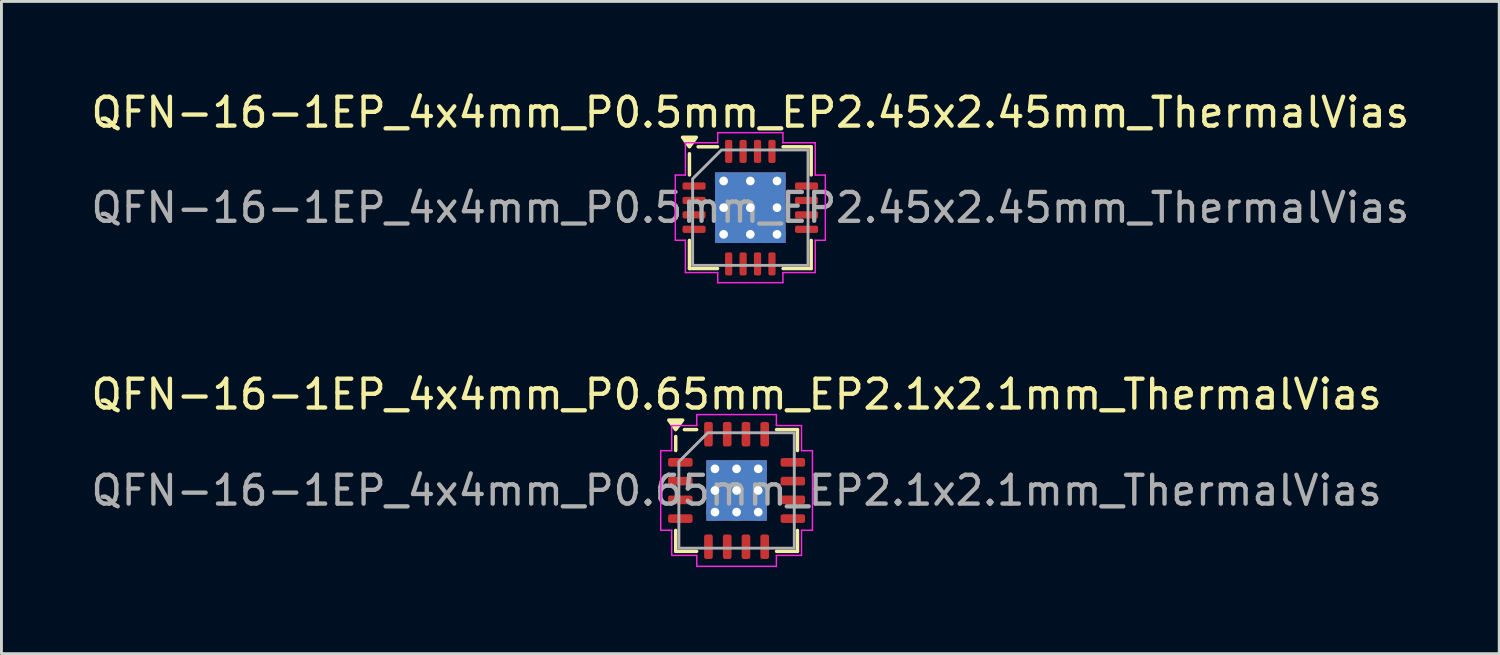
<source format=kicad_pcb>
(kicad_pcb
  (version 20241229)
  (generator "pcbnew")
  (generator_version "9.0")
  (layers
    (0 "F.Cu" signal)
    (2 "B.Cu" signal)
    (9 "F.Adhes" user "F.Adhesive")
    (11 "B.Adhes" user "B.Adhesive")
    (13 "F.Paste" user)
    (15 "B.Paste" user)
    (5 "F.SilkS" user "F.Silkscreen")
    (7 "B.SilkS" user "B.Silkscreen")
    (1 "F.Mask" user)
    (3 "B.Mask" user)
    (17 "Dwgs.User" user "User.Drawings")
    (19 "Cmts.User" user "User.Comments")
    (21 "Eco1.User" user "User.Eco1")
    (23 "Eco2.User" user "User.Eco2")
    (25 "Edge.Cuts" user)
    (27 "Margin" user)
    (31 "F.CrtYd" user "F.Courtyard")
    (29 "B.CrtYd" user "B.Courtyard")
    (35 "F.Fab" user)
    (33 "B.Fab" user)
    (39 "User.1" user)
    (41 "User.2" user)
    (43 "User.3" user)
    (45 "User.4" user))
  (footprint "QFN-16-1EP_4x4mm_P0.5mm_EP2.45x2.45mm_ThermalVias"
    (layer "F.Cu")
    (at 22.958 4.148)
    (property "Reference" "QFN-16-1EP_4x4mm_P0.5mm_EP2.45x2.45mm_ThermalVias" (at 0 -3.3 0) (layer "F.SilkS") (effects (font (size 1 1) (thickness 0.15))))
    (attr smd)
    (fp_line (start -2.11 -1.135) (end -2.11 -1.87) (stroke (width 0.12) (type solid)) (layer "F.SilkS"))
    (fp_line (start -2.11 2.11) (end -2.11 1.135) (stroke (width 0.12) (type solid)) (layer "F.SilkS"))
    (fp_line (start -1.135 -2.11) (end -1.81 -2.11) (stroke (width 0.12) (type solid)) (layer "F.SilkS"))
    (fp_line (start -1.135 2.11) (end -2.11 2.11) (stroke (width 0.12) (type solid)) (layer "F.SilkS"))
    (fp_line (start 1.135 -2.11) (end 2.11 -2.11) (stroke (width 0.12) (type solid)) (layer "F.SilkS"))
    (fp_line (start 1.135 2.11) (end 2.11 2.11) (stroke (width 0.12) (type solid)) (layer "F.SilkS"))
    (fp_line (start 2.11 -2.11) (end 2.11 -1.135) (stroke (width 0.12) (type solid)) (layer "F.SilkS"))
    (fp_line (start 2.11 2.11) (end 2.11 1.135) (stroke (width 0.12) (type solid)) (layer "F.SilkS"))
    (fp_poly (pts (xy -2.11 -2.11) (xy -2.35 -2.44) (xy -1.87 -2.44)) (stroke (width 0.12) (type solid)) (fill yes) (layer "F.SilkS"))
    (fp_line (start -2.6 -1.13) (end -2.25 -1.13) (stroke (width 0.05) (type solid)) (layer "F.CrtYd"))
    (fp_line (start -2.6 1.13) (end -2.6 -1.13) (stroke (width 0.05) (type solid)) (layer "F.CrtYd"))
    (fp_line (start -2.25 -2.25) (end -1.13 -2.25) (stroke (width 0.05) (type solid)) (layer "F.CrtYd"))
    (fp_line (start -2.25 -1.13) (end -2.25 -2.25) (stroke (width 0.05) (type solid)) (layer "F.CrtYd"))
    (fp_line (start -2.25 1.13) (end -2.6 1.13) (stroke (width 0.05) (type solid)) (layer "F.CrtYd"))
    (fp_line (start -2.25 2.25) (end -2.25 1.13) (stroke (width 0.05) (type solid)) (layer "F.CrtYd"))
    (fp_line (start -1.13 -2.6) (end 1.13 -2.6) (stroke (width 0.05) (type solid)) (layer "F.CrtYd"))
    (fp_line (start -1.13 -2.25) (end -1.13 -2.6) (stroke (width 0.05) (type solid)) (layer "F.CrtYd"))
    (fp_line (start -1.13 2.25) (end -2.25 2.25) (stroke (width 0.05) (type solid)) (layer "F.CrtYd"))
    (fp_line (start -1.13 2.6) (end -1.13 2.25) (stroke (width 0.05) (type solid)) (layer "F.CrtYd"))
    (fp_line (start 1.13 -2.6) (end 1.13 -2.25) (stroke (width 0.05) (type solid)) (layer "F.CrtYd"))
    (fp_line (start 1.13 -2.25) (end 2.25 -2.25) (stroke (width 0.05) (type solid)) (layer "F.CrtYd"))
    (fp_line (start 1.13 2.25) (end 1.13 2.6) (stroke (width 0.05) (type solid)) (layer "F.CrtYd"))
    (fp_line (start 1.13 2.6) (end -1.13 2.6) (stroke (width 0.05) (type solid)) (layer "F.CrtYd"))
    (fp_line (start 2.25 -2.25) (end 2.25 -1.13) (stroke (width 0.05) (type solid)) (layer "F.CrtYd"))
    (fp_line (start 2.25 -1.13) (end 2.6 -1.13) (stroke (width 0.05) (type solid)) (layer "F.CrtYd"))
    (fp_line (start 2.25 1.13) (end 2.25 2.25) (stroke (width 0.05) (type solid)) (layer "F.CrtYd"))
    (fp_line (start 2.25 2.25) (end 1.13 2.25) (stroke (width 0.05) (type solid)) (layer "F.CrtYd"))
    (fp_line (start 2.6 -1.13) (end 2.6 1.13) (stroke (width 0.05) (type solid)) (layer "F.CrtYd"))
    (fp_line (start 2.6 1.13) (end 2.25 1.13) (stroke (width 0.05) (type solid)) (layer "F.CrtYd"))
    (fp_poly (pts (xy -2 -1) (xy -2 2) (xy 2 2) (xy 2 -2) (xy -1 -2)) (stroke (width 0.1) (type solid)) (fill no) (layer "F.Fab"))
    (fp_text user "${REFERENCE}" (at 0 0 0) (layer "F.Fab") (effects (font (size 1 1) (thickness 0.15))))
    (pad "" smd roundrect (at -0.61 -0.61) (size 1.06 1.06) (layers "F.Paste") (roundrect_rratio 0.236))
    (pad "" smd roundrect (at -0.61 0.61) (size 1.06 1.06) (layers "F.Paste") (roundrect_rratio 0.236))
    (pad "" smd roundrect (at 0.61 -0.61) (size 1.06 1.06) (layers "F.Paste") (roundrect_rratio 0.236))
    (pad "" smd roundrect (at 0.61 0.61) (size 1.06 1.06) (layers "F.Paste") (roundrect_rratio 0.236))
    (pad "1" smd roundrect (at -1.95 -0.75) (size 0.8 0.25) (layers "F.Cu" "F.Mask" "F.Paste") (roundrect_rratio 0.25))
    (pad "2" smd roundrect (at -1.95 -0.25) (size 0.8 0.25) (layers "F.Cu" "F.Mask" "F.Paste") (roundrect_rratio 0.25))
    (pad "3" smd roundrect (at -1.95 0.25) (size 0.8 0.25) (layers "F.Cu" "F.Mask" "F.Paste") (roundrect_rratio 0.25))
    (pad "4" smd roundrect (at -1.95 0.75) (size 0.8 0.25) (layers "F.Cu" "F.Mask" "F.Paste") (roundrect_rratio 0.25))
    (pad "5" smd roundrect (at -0.75 1.95) (size 0.25 0.8) (layers "F.Cu" "F.Mask" "F.Paste") (roundrect_rratio 0.25))
    (pad "6" smd roundrect (at -0.25 1.95) (size 0.25 0.8) (layers "F.Cu" "F.Mask" "F.Paste") (roundrect_rratio 0.25))
    (pad "7" smd roundrect (at 0.25 1.95) (size 0.25 0.8) (layers "F.Cu" "F.Mask" "F.Paste") (roundrect_rratio 0.25))
    (pad "8" smd roundrect (at 0.75 1.95) (size 0.25 0.8) (layers "F.Cu" "F.Mask" "F.Paste") (roundrect_rratio 0.25))
    (pad "9" smd roundrect (at 1.95 0.75) (size 0.8 0.25) (layers "F.Cu" "F.Mask" "F.Paste") (roundrect_rratio 0.25))
    (pad "10" smd roundrect (at 1.95 0.25) (size 0.8 0.25) (layers "F.Cu" "F.Mask" "F.Paste") (roundrect_rratio 0.25))
    (pad "11" smd roundrect (at 1.95 -0.25) (size 0.8 0.25) (layers "F.Cu" "F.Mask" "F.Paste") (roundrect_rratio 0.25))
    (pad "12" smd roundrect (at 1.95 -0.75) (size 0.8 0.25) (layers "F.Cu" "F.Mask" "F.Paste") (roundrect_rratio 0.25))
    (pad "13" smd roundrect (at 0.75 -1.95) (size 0.25 0.8) (layers "F.Cu" "F.Mask" "F.Paste") (roundrect_rratio 0.25))
    (pad "14" smd roundrect (at 0.25 -1.95) (size 0.25 0.8) (layers "F.Cu" "F.Mask" "F.Paste") (roundrect_rratio 0.25))
    (pad "15" smd roundrect (at -0.25 -1.95) (size 0.25 0.8) (layers "F.Cu" "F.Mask" "F.Paste") (roundrect_rratio 0.25))
    (pad "16" smd roundrect (at -0.75 -1.95) (size 0.25 0.8) (layers "F.Cu" "F.Mask" "F.Paste") (roundrect_rratio 0.25))
    (pad "17" thru_hole circle (at -0.925 -0.925) (size 0.6 0.6) (drill 0.3) (property pad_prop_heatsink) (layers "*.Cu"))
    (pad "17" thru_hole circle (at -0.925 0) (size 0.6 0.6) (drill 0.3) (property pad_prop_heatsink) (layers "*.Cu"))
    (pad "17" thru_hole circle (at -0.925 0.925) (size 0.6 0.6) (drill 0.3) (property pad_prop_heatsink) (layers "*.Cu"))
    (pad "17" thru_hole circle (at 0 -0.925) (size 0.6 0.6) (drill 0.3) (property pad_prop_heatsink) (layers "*.Cu"))
    (pad "17" thru_hole circle (at 0 0) (size 0.6 0.6) (drill 0.3) (property pad_prop_heatsink) (layers "*.Cu"))
    (pad "17" smd rect (at 0 0) (size 2.45 2.45) (property pad_prop_heatsink) (layers "F.Cu" "F.Mask"))
    (pad "17" smd rect (at 0 0) (size 2.45 2.45) (property pad_prop_heatsink) (layers "B.Cu"))
    (pad "17" thru_hole circle (at 0 0.925) (size 0.6 0.6) (drill 0.3) (property pad_prop_heatsink) (layers "*.Cu"))
    (pad "17" thru_hole circle (at 0.925 -0.925) (size 0.6 0.6) (drill 0.3) (property pad_prop_heatsink) (layers "*.Cu"))
    (pad "17" thru_hole circle (at 0.925 0) (size 0.6 0.6) (drill 0.3) (property pad_prop_heatsink) (layers "*.Cu"))
    (pad "17" thru_hole circle (at 0.925 0.925) (size 0.6 0.6) (drill 0.3) (property pad_prop_heatsink) (layers "*.Cu")))
  (footprint "QFN-16-1EP_4x4mm_P0.65mm_EP2.1x2.1mm_ThermalVias"
    (layer "F.Cu")
    (at 22.482 13.951)
    (property "Reference" "QFN-16-1EP_4x4mm_P0.65mm_EP2.1x2.1mm_ThermalVias" (at 0 -3.33 0) (layer "F.SilkS") (effects (font (size 1 1) (thickness 0.15))))
    (attr smd)
    (fp_line (start -2.11 -1.385) (end -2.11 -1.87) (stroke (width 0.12) (type solid)) (layer "F.SilkS"))
    (fp_line (start -2.11 2.11) (end -2.11 1.385) (stroke (width 0.12) (type solid)) (layer "F.SilkS"))
    (fp_line (start -1.385 -2.11) (end -1.81 -2.11) (stroke (width 0.12) (type solid)) (layer "F.SilkS"))
    (fp_line (start -1.385 2.11) (end -2.11 2.11) (stroke (width 0.12) (type solid)) (layer "F.SilkS"))
    (fp_line (start 1.385 -2.11) (end 2.11 -2.11) (stroke (width 0.12) (type solid)) (layer "F.SilkS"))
    (fp_line (start 1.385 2.11) (end 2.11 2.11) (stroke (width 0.12) (type solid)) (layer "F.SilkS"))
    (fp_line (start 2.11 -2.11) (end 2.11 -1.385) (stroke (width 0.12) (type solid)) (layer "F.SilkS"))
    (fp_line (start 2.11 2.11) (end 2.11 1.385) (stroke (width 0.12) (type solid)) (layer "F.SilkS"))
    (fp_poly (pts (xy -2.11 -2.11) (xy -2.35 -2.44) (xy -1.87 -2.44)) (stroke (width 0.12) (type solid)) (fill yes) (layer "F.SilkS"))
    (fp_line (start -2.63 -1.38) (end -2.25 -1.38) (stroke (width 0.05) (type solid)) (layer "F.CrtYd"))
    (fp_line (start -2.63 1.38) (end -2.63 -1.38) (stroke (width 0.05) (type solid)) (layer "F.CrtYd"))
    (fp_line (start -2.25 -2.25) (end -1.38 -2.25) (stroke (width 0.05) (type solid)) (layer "F.CrtYd"))
    (fp_line (start -2.25 -1.38) (end -2.25 -2.25) (stroke (width 0.05) (type solid)) (layer "F.CrtYd"))
    (fp_line (start -2.25 1.38) (end -2.63 1.38) (stroke (width 0.05) (type solid)) (layer "F.CrtYd"))
    (fp_line (start -2.25 2.25) (end -2.25 1.38) (stroke (width 0.05) (type solid)) (layer "F.CrtYd"))
    (fp_line (start -1.38 -2.63) (end 1.38 -2.63) (stroke (width 0.05) (type solid)) (layer "F.CrtYd"))
    (fp_line (start -1.38 -2.25) (end -1.38 -2.63) (stroke (width 0.05) (type solid)) (layer "F.CrtYd"))
    (fp_line (start -1.38 2.25) (end -2.25 2.25) (stroke (width 0.05) (type solid)) (layer "F.CrtYd"))
    (fp_line (start -1.38 2.63) (end -1.38 2.25) (stroke (width 0.05) (type solid)) (layer "F.CrtYd"))
    (fp_line (start 1.38 -2.63) (end 1.38 -2.25) (stroke (width 0.05) (type solid)) (layer "F.CrtYd"))
    (fp_line (start 1.38 -2.25) (end 2.25 -2.25) (stroke (width 0.05) (type solid)) (layer "F.CrtYd"))
    (fp_line (start 1.38 2.25) (end 1.38 2.63) (stroke (width 0.05) (type solid)) (layer "F.CrtYd"))
    (fp_line (start 1.38 2.63) (end -1.38 2.63) (stroke (width 0.05) (type solid)) (layer "F.CrtYd"))
    (fp_line (start 2.25 -2.25) (end 2.25 -1.38) (stroke (width 0.05) (type solid)) (layer "F.CrtYd"))
    (fp_line (start 2.25 -1.38) (end 2.63 -1.38) (stroke (width 0.05) (type solid)) (layer "F.CrtYd"))
    (fp_line (start 2.25 1.38) (end 2.25 2.25) (stroke (width 0.05) (type solid)) (layer "F.CrtYd"))
    (fp_line (start 2.25 2.25) (end 1.38 2.25) (stroke (width 0.05) (type solid)) (layer "F.CrtYd"))
    (fp_line (start 2.63 -1.38) (end 2.63 1.38) (stroke (width 0.05) (type solid)) (layer "F.CrtYd"))
    (fp_line (start 2.63 1.38) (end 2.25 1.38) (stroke (width 0.05) (type solid)) (layer "F.CrtYd"))
    (fp_poly (pts (xy -2 -1) (xy -2 2) (xy 2 2) (xy 2 -2) (xy -1 -2)) (stroke (width 0.1) (type solid)) (fill no) (layer "F.Fab"))
    (fp_text user "${REFERENCE}" (at 0 0 0) (layer "F.Fab") (effects (font (size 1 1) (thickness 0.15))))
    (pad "" smd roundrect (at -0.525 -0.525) (size 0.91 0.91) (layers "F.Paste") (roundrect_rratio 0.25))
    (pad "" smd roundrect (at -0.525 0.525) (size 0.91 0.91) (layers "F.Paste") (roundrect_rratio 0.25))
    (pad "" smd roundrect (at 0.525 -0.525) (size 0.91 0.91) (layers "F.Paste") (roundrect_rratio 0.25))
    (pad "" smd roundrect (at 0.525 0.525) (size 0.91 0.91) (layers "F.Paste") (roundrect_rratio 0.25))
    (pad "1" smd roundrect (at -1.95 -0.975) (size 0.85 0.3) (layers "F.Cu" "F.Mask" "F.Paste") (roundrect_rratio 0.25))
    (pad "2" smd roundrect (at -1.95 -0.325) (size 0.85 0.3) (layers "F.Cu" "F.Mask" "F.Paste") (roundrect_rratio 0.25))
    (pad "3" smd roundrect (at -1.95 0.325) (size 0.85 0.3) (layers "F.Cu" "F.Mask" "F.Paste") (roundrect_rratio 0.25))
    (pad "4" smd roundrect (at -1.95 0.975) (size 0.85 0.3) (layers "F.Cu" "F.Mask" "F.Paste") (roundrect_rratio 0.25))
    (pad "5" smd roundrect (at -0.975 1.95) (size 0.3 0.85) (layers "F.Cu" "F.Mask" "F.Paste") (roundrect_rratio 0.25))
    (pad "6" smd roundrect (at -0.325 1.95) (size 0.3 0.85) (layers "F.Cu" "F.Mask" "F.Paste") (roundrect_rratio 0.25))
    (pad "7" smd roundrect (at 0.325 1.95) (size 0.3 0.85) (layers "F.Cu" "F.Mask" "F.Paste") (roundrect_rratio 0.25))
    (pad "8" smd roundrect (at 0.975 1.95) (size 0.3 0.85) (layers "F.Cu" "F.Mask" "F.Paste") (roundrect_rratio 0.25))
    (pad "9" smd roundrect (at 1.95 0.975) (size 0.85 0.3) (layers "F.Cu" "F.Mask" "F.Paste") (roundrect_rratio 0.25))
    (pad "10" smd roundrect (at 1.95 0.325) (size 0.85 0.3) (layers "F.Cu" "F.Mask" "F.Paste") (roundrect_rratio 0.25))
    (pad "11" smd roundrect (at 1.95 -0.325) (size 0.85 0.3) (layers "F.Cu" "F.Mask" "F.Paste") (roundrect_rratio 0.25))
    (pad "12" smd roundrect (at 1.95 -0.975) (size 0.85 0.3) (layers "F.Cu" "F.Mask" "F.Paste") (roundrect_rratio 0.25))
    (pad "13" smd roundrect (at 0.975 -1.95) (size 0.3 0.85) (layers "F.Cu" "F.Mask" "F.Paste") (roundrect_rratio 0.25))
    (pad "14" smd roundrect (at 0.325 -1.95) (size 0.3 0.85) (layers "F.Cu" "F.Mask" "F.Paste") (roundrect_rratio 0.25))
    (pad "15" smd roundrect (at -0.325 -1.95) (size 0.3 0.85) (layers "F.Cu" "F.Mask" "F.Paste") (roundrect_rratio 0.25))
    (pad "16" smd roundrect (at -0.975 -1.95) (size 0.3 0.85) (layers "F.Cu" "F.Mask" "F.Paste") (roundrect_rratio 0.25))
    (pad "17" thru_hole circle (at -0.75 -0.75) (size 0.6 0.6) (drill 0.3) (property pad_prop_heatsink) (layers "*.Cu"))
    (pad "17" thru_hole circle (at -0.75 0) (size 0.6 0.6) (drill 0.3) (property pad_prop_heatsink) (layers "*.Cu"))
    (pad "17" thru_hole circle (at -0.75 0.75) (size 0.6 0.6) (drill 0.3) (property pad_prop_heatsink) (layers "*.Cu"))
    (pad "17" thru_hole circle (at 0 -0.75) (size 0.6 0.6) (drill 0.3) (property pad_prop_heatsink) (layers "*.Cu"))
    (pad "17" thru_hole circle (at 0 0) (size 0.6 0.6) (drill 0.3) (property pad_prop_heatsink) (layers "*.Cu"))
    (pad "17" smd rect (at 0 0) (size 2.1 2.1) (property pad_prop_heatsink) (layers "F.Cu" "F.Mask"))
    (pad "17" smd rect (at 0 0) (size 2.1 2.1) (property pad_prop_heatsink) (layers "B.Cu"))
    (pad "17" thru_hole circle (at 0 0.75) (size 0.6 0.6) (drill 0.3) (property pad_prop_heatsink) (layers "*.Cu"))
    (pad "17" thru_hole circle (at 0.75 -0.75) (size 0.6 0.6) (drill 0.3) (property pad_prop_heatsink) (layers "*.Cu"))
    (pad "17" thru_hole circle (at 0.75 0) (size 0.6 0.6) (drill 0.3) (property pad_prop_heatsink) (layers "*.Cu"))
    (pad "17" thru_hole circle (at 0.75 0.75) (size 0.6 0.6) (drill 0.3) (property pad_prop_heatsink) (layers "*.Cu")))
  (gr_rect
    (start -3 -3)
    (end 48.917 19.607)
    (stroke (width 0.1) (type default))
    (fill no)
    (layer "Edge.Cuts")))
</source>
